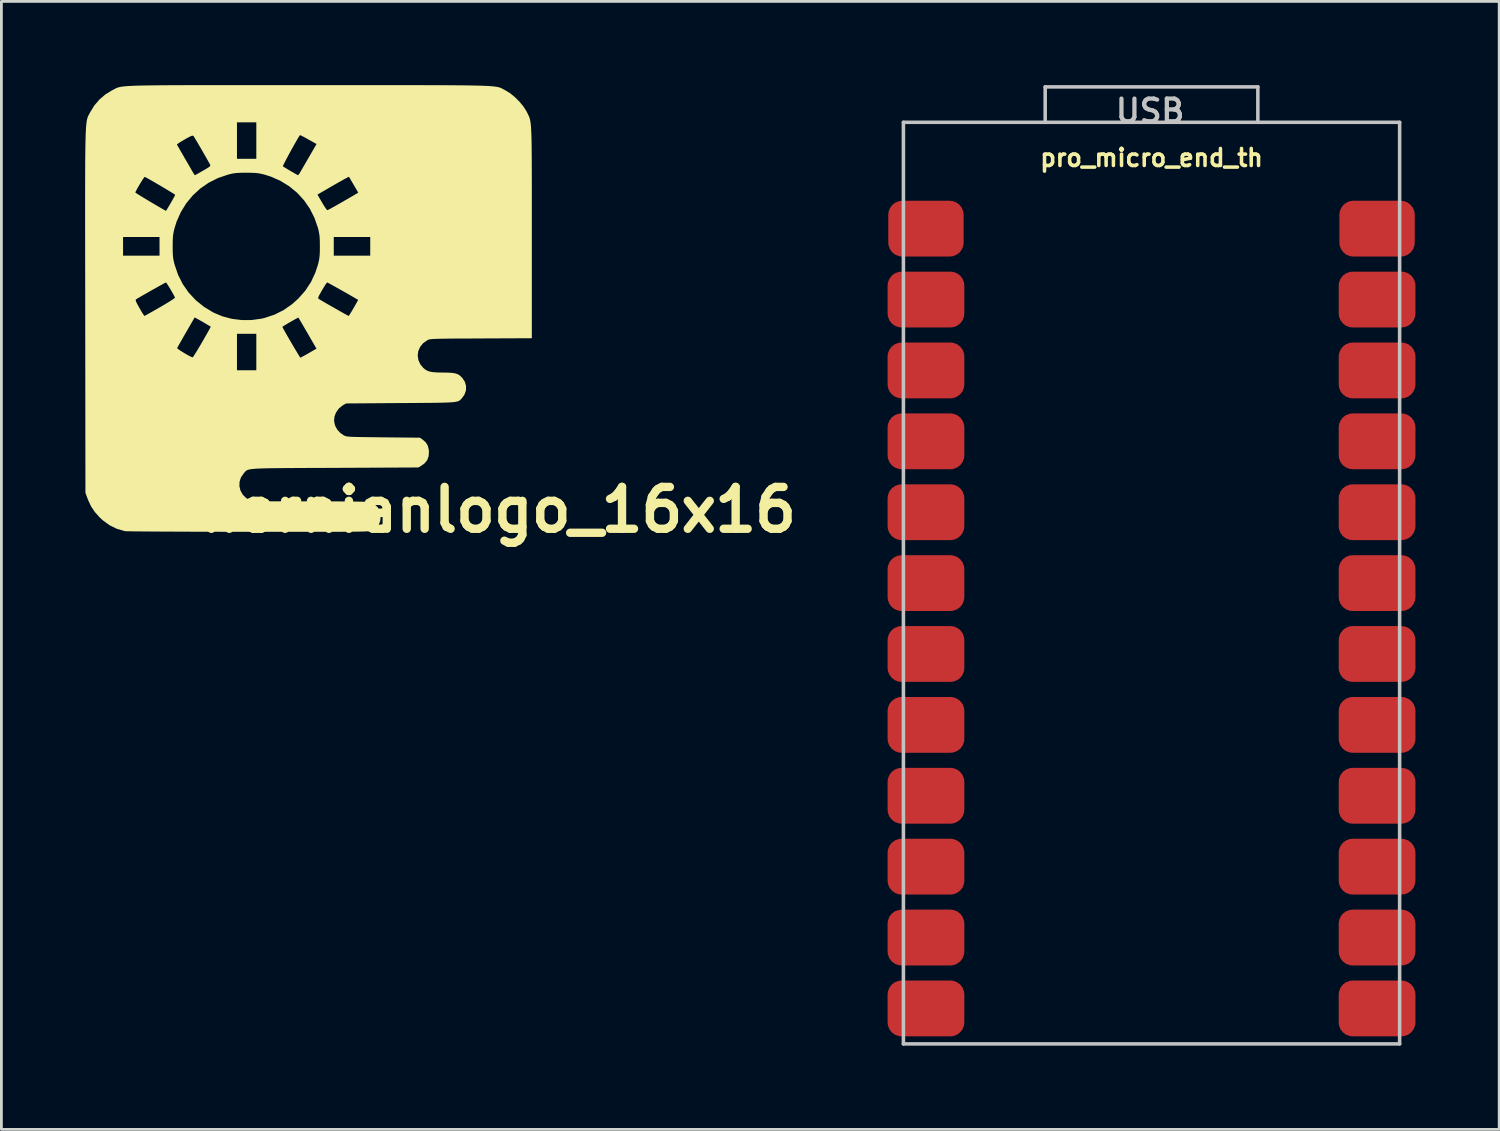
<source format=kicad_pcb>
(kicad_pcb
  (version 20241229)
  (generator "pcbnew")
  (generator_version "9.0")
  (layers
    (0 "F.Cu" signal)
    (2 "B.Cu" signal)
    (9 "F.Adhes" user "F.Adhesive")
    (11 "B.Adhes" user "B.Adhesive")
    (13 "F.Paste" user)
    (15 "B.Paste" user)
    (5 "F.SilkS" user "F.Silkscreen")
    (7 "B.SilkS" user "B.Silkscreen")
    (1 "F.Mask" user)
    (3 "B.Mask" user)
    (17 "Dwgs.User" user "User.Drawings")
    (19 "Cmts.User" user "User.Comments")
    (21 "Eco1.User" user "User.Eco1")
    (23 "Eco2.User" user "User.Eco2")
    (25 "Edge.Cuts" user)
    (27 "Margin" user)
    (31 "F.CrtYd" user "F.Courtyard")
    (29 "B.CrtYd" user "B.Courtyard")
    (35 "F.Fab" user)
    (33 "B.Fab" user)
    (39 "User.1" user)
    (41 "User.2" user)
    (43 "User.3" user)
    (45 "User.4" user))
  (footprint "hernianlogo_16x16"
    (layer "F.Cu")
    (at 8.002 8.004)
    (property "Reference" "hernianlogo_16x16" (at 6.807 7.214 0) (layer "F.SilkS") (effects (font (size 1.5 1.5) (thickness 0.3))))
    (attr board_only exclude_from_pos_files exclude_from_bom)
    (fp_poly (pts (xy -2.38 -8.004) (xy -1.811 -8.004) (xy -1.195 -8.004) (xy -0.53 -8.004) (xy -0.001 -8.004) (xy 0.704 -8.004) (xy 1.358 -8.004) (xy 1.963 -8.004) (xy 2.521 -8.004) (xy 3.033 -8.004) (xy 3.502 -8.004) (xy 3.93 -8.003) (xy 4.318 -8.002) (xy 4.67 -8.001) (xy 4.986 -8) (xy 5.269 -7.998) (xy 5.522 -7.996) (xy 5.745 -7.993) (xy 5.941 -7.989) (xy 6.112 -7.985) (xy 6.261 -7.981) (xy 6.388 -7.975) (xy 6.496 -7.969) (xy 6.588 -7.962) (xy 6.665 -7.954) (xy 6.729 -7.945) (xy 6.782 -7.936) (xy 6.826 -7.925) (xy 6.864 -7.913) (xy 6.897 -7.9) (xy 6.927 -7.885) (xy 6.957 -7.87) (xy 6.988 -7.853) (xy 7.022 -7.835) (xy 7.044 -7.824) (xy 7.214 -7.721) (xy 7.389 -7.581) (xy 7.555 -7.417) (xy 7.7 -7.243) (xy 7.81 -7.071) (xy 7.824 -7.044) (xy 7.848 -6.995) (xy 7.87 -6.951) (xy 7.89 -6.91) (xy 7.908 -6.868) (xy 7.924 -6.823) (xy 7.938 -6.772) (xy 7.95 -6.713) (xy 7.961 -6.642) (xy 7.97 -6.556) (xy 7.977 -6.455) (xy 7.984 -6.333) (xy 7.989 -6.189) (xy 7.994 -6.02) (xy 7.997 -5.824) (xy 7.999 -5.597) (xy 8.001 -5.337) (xy 8.002 -5.04) (xy 8.003 -4.705) (xy 8.004 -4.329) (xy 8.004 -3.909) (xy 8.004 -3.441) (xy 8.004 -2.924) (xy 8.004 -2.716) (xy 8.004 1.065) (xy 6.183 1.073) (xy 5.827 1.075) (xy 5.521 1.076) (xy 5.26 1.077) (xy 5.041 1.079) (xy 4.859 1.081) (xy 4.71 1.084) (xy 4.592 1.087) (xy 4.499 1.09) (xy 4.428 1.095) (xy 4.374 1.101) (xy 4.335 1.107) (xy 4.305 1.115) (xy 4.282 1.125) (xy 4.26 1.136) (xy 4.256 1.138) (xy 4.107 1.245) (xy 4 1.378) (xy 3.935 1.528) (xy 3.915 1.688) (xy 3.94 1.849) (xy 4.011 2.003) (xy 4.113 2.127) (xy 4.186 2.187) (xy 4.264 2.232) (xy 4.359 2.263) (xy 4.479 2.282) (xy 4.634 2.292) (xy 4.826 2.295) (xy 5.014 2.298) (xy 5.159 2.308) (xy 5.271 2.327) (xy 5.358 2.359) (xy 5.43 2.406) (xy 5.498 2.471) (xy 5.515 2.49) (xy 5.606 2.63) (xy 5.648 2.783) (xy 5.643 2.939) (xy 5.588 3.089) (xy 5.517 3.19) (xy 5.489 3.224) (xy 5.463 3.254) (xy 5.437 3.28) (xy 5.408 3.301) (xy 5.37 3.319) (xy 5.321 3.334) (xy 5.257 3.347) (xy 5.174 3.357) (xy 5.068 3.364) (xy 4.935 3.37) (xy 4.773 3.375) (xy 4.576 3.378) (xy 4.341 3.381) (xy 4.065 3.383) (xy 3.744 3.386) (xy 3.374 3.388) (xy 3.308 3.388) (xy 1.347 3.402) (xy 1.225 3.473) (xy 1.088 3.584) (xy 0.986 3.731) (xy 0.934 3.866) (xy 0.918 4.028) (xy 0.95 4.186) (xy 1.027 4.334) (xy 1.145 4.461) (xy 1.267 4.545) (xy 1.293 4.558) (xy 1.321 4.569) (xy 1.355 4.578) (xy 1.4 4.586) (xy 1.461 4.592) (xy 1.543 4.597) (xy 1.651 4.601) (xy 1.789 4.604) (xy 1.963 4.607) (xy 2.176 4.61) (xy 2.434 4.613) (xy 2.683 4.616) (xy 3.993 4.629) (xy 4.087 4.693) (xy 4.203 4.795) (xy 4.276 4.915) (xy 4.312 5.064) (xy 4.317 5.12) (xy 4.307 5.292) (xy 4.256 5.433) (xy 4.16 5.55) (xy 4.069 5.616) (xy 3.94 5.696) (xy 0.936 5.71) (xy 0.464 5.712) (xy 0.043 5.713) (xy -0.33 5.715) (xy -0.66 5.717) (xy -0.947 5.719) (xy -1.197 5.721) (xy -1.411 5.724) (xy -1.592 5.728) (xy -1.744 5.733) (xy -1.869 5.739) (xy -1.971 5.747) (xy -2.053 5.756) (xy -2.116 5.767) (xy -2.166 5.78) (xy -2.203 5.796) (xy -2.232 5.813) (xy -2.255 5.834) (xy -2.276 5.857) (xy -2.297 5.882) (xy -2.321 5.912) (xy -2.328 5.919) (xy -2.422 6.06) (xy -2.47 6.214) (xy -2.473 6.373) (xy -2.434 6.527) (xy -2.355 6.668) (xy -2.236 6.787) (xy -2.126 6.855) (xy -2.104 6.865) (xy -2.08 6.874) (xy -2.052 6.881) (xy -2.014 6.888) (xy -1.964 6.893) (xy -1.898 6.898) (xy -1.812 6.901) (xy -1.703 6.904) (xy -1.566 6.906) (xy -1.398 6.908) (xy -1.196 6.909) (xy -0.955 6.91) (xy -0.672 6.91) (xy -0.343 6.91) (xy 0.035 6.91) (xy 0.058 6.91) (xy 0.483 6.911) (xy 0.856 6.911) (xy 1.18 6.913) (xy 1.456 6.915) (xy 1.686 6.918) (xy 1.873 6.921) (xy 2.018 6.925) (xy 2.123 6.93) (xy 2.189 6.936) (xy 2.217 6.941) (xy 2.371 7.018) (xy 2.487 7.13) (xy 2.56 7.272) (xy 2.588 7.44) (xy 2.588 7.454) (xy 2.569 7.627) (xy 2.509 7.767) (xy 2.405 7.879) (xy 2.289 7.953) (xy 2.275 7.96) (xy 2.258 7.966) (xy 2.236 7.971) (xy 2.206 7.976) (xy 2.166 7.981) (xy 2.113 7.984) (xy 2.045 7.988) (xy 1.96 7.991) (xy 1.854 7.993) (xy 1.726 7.996) (xy 1.572 7.997) (xy 1.392 7.999) (xy 1.181 8) (xy 0.937 8.001) (xy 0.659 8.002) (xy 0.343 8.002) (xy -0.012 8.002) (xy -0.41 8.002) (xy -0.853 8.002) (xy -1.343 8.002) (xy -1.883 8.001) (xy -2.14 8.001) (xy -2.618 8.001) (xy -3.083 8) (xy -3.531 7.999) (xy -3.96 7.998) (xy -4.367 7.997) (xy -4.749 7.995) (xy -5.103 7.994) (xy -5.426 7.992) (xy -5.715 7.99) (xy -5.967 7.988) (xy -6.18 7.986) (xy -6.351 7.984) (xy -6.476 7.981) (xy -6.553 7.979) (xy -6.577 7.977) (xy -6.863 7.895) (xy -7.127 7.765) (xy -7.371 7.587) (xy -7.483 7.483) (xy -7.654 7.292) (xy -7.785 7.096) (xy -7.891 6.872) (xy -7.919 6.799) (xy -7.991 6.603) (xy -7.997 1.42) (xy -4.704 1.42) (xy -4.685 1.442) (xy -4.629 1.483) (xy -4.548 1.536) (xy -4.454 1.594) (xy -4.356 1.651) (xy -4.266 1.701) (xy -4.194 1.736) (xy -4.153 1.751) (xy -4.149 1.751) (xy -4.128 1.727) (xy -4.086 1.663) (xy -4.025 1.565) (xy -3.949 1.441) (xy -3.864 1.297) (xy -3.808 1.202) (xy -3.72 1.048) (xy -3.642 0.912) (xy -3.639 0.907) (xy -2.561 0.907) (xy -2.561 1.561) (xy -2.561 2.214) (xy -2.214 2.214) (xy -1.868 2.214) (xy -1.868 1.561) (xy -1.868 0.907) (xy -2.214 0.907) (xy -2.561 0.907) (xy -3.639 0.907) (xy -3.578 0.797) (xy -3.531 0.712) (xy -3.505 0.662) (xy -3.504 0.659) (xy -0.934 0.659) (xy -0.921 0.687) (xy -0.886 0.753) (xy -0.832 0.849) (xy -0.765 0.966) (xy -0.689 1.098) (xy -0.609 1.236) (xy -0.529 1.372) (xy -0.453 1.499) (xy -0.387 1.609) (xy -0.335 1.694) (xy -0.301 1.747) (xy -0.289 1.761) (xy -0.261 1.748) (xy -0.196 1.714) (xy -0.104 1.664) (xy 0.006 1.602) (xy 0.008 1.6) (xy 0.288 1.439) (xy -0.032 0.886) (xy -0.121 0.732) (xy -0.202 0.593) (xy -0.27 0.477) (xy -0.321 0.39) (xy -0.351 0.338) (xy -0.359 0.326) (xy -0.383 0.335) (xy -0.443 0.366) (xy -0.526 0.412) (xy -0.623 0.467) (xy -0.723 0.524) (xy -0.813 0.579) (xy -0.885 0.623) (xy -0.927 0.652) (xy -0.934 0.659) (xy -3.504 0.659) (xy -3.501 0.652) (xy -3.528 0.635) (xy -3.59 0.597) (xy -3.674 0.548) (xy -3.768 0.492) (xy -3.861 0.439) (xy -3.94 0.394) (xy -3.994 0.364) (xy -3.997 0.363) (xy -4.078 0.321) (xy -4.388 0.859) (xy -4.477 1.012) (xy -4.556 1.151) (xy -4.622 1.268) (xy -4.671 1.356) (xy -4.699 1.409) (xy -4.704 1.42) (xy -7.997 1.42) (xy -7.998 0.08) (xy -7.999 -0.302) (xy -6.193 -0.302) (xy -6.18 -0.256) (xy -6.144 -0.178) (xy -6.081 -0.064) (xy -6.055 -0.018) (xy -5.992 0.091) (xy -5.937 0.181) (xy -5.897 0.242) (xy -5.878 0.267) (xy -5.877 0.267) (xy -5.851 0.254) (xy -5.785 0.218) (xy -5.686 0.163) (xy -5.561 0.092) (xy -5.416 0.009) (xy -5.319 -0.047) (xy -5.166 -0.136) (xy -5.03 -0.218) (xy -4.918 -0.288) (xy -4.835 -0.343) (xy -4.789 -0.378) (xy -4.782 -0.388) (xy -4.8 -0.431) (xy -4.839 -0.504) (xy -4.89 -0.595) (xy -4.947 -0.693) (xy -5.004 -0.787) (xy -5.054 -0.866) (xy -5.091 -0.918) (xy -5.107 -0.934) (xy -5.134 -0.921) (xy -5.199 -0.886) (xy -5.294 -0.834) (xy -5.412 -0.768) (xy -5.545 -0.694) (xy -5.683 -0.616) (xy -5.82 -0.537) (xy -5.948 -0.464) (xy -6.058 -0.4) (xy -6.143 -0.35) (xy -6.184 -0.324) (xy -6.193 -0.302) (xy -7.999 -0.302) (xy -7.999 -0.629) (xy -8 -1.286) (xy -8.001 -1.895) (xy -8.001 -2.455) (xy -8.002 -2.561) (xy -6.643 -2.561) (xy -6.643 -2.228) (xy -6.643 -1.894) (xy -5.99 -1.894) (xy -5.336 -1.894) (xy -5.336 -2.228) (xy -4.865 -2.228) (xy -4.864 -2.059) (xy -4.859 -1.929) (xy -4.849 -1.821) (xy -4.833 -1.722) (xy -4.808 -1.616) (xy -4.795 -1.569) (xy -4.672 -1.209) (xy -4.504 -0.875) (xy -4.292 -0.571) (xy -4.039 -0.299) (xy -3.746 -0.062) (xy -3.417 0.139) (xy -3.388 0.153) (xy -3.076 0.283) (xy -2.74 0.371) (xy -2.39 0.414) (xy -2.037 0.413) (xy -1.689 0.365) (xy -1.573 0.338) (xy -1.219 0.221) (xy -0.892 0.058) (xy -0.589 -0.153) (xy -0.359 -0.359) (xy -0.348 -0.372) (xy 0.348 -0.372) (xy 0.359 -0.352) (xy 0.382 -0.336) (xy 0.382 -0.335) (xy 0.437 -0.303) (xy 0.523 -0.252) (xy 0.634 -0.187) (xy 0.761 -0.114) (xy 0.897 -0.037) (xy 1.033 0.041) (xy 1.162 0.114) (xy 1.275 0.177) (xy 1.364 0.227) (xy 1.422 0.258) (xy 1.44 0.267) (xy 1.458 0.245) (xy 1.497 0.185) (xy 1.551 0.097) (xy 1.614 -0.011) (xy 1.619 -0.02) (xy 1.682 -0.129) (xy 1.733 -0.219) (xy 1.767 -0.282) (xy 1.78 -0.309) (xy 1.779 -0.309) (xy 1.739 -0.334) (xy 1.662 -0.379) (xy 1.558 -0.439) (xy 1.435 -0.51) (xy 1.299 -0.587) (xy 1.159 -0.666) (xy 1.023 -0.742) (xy 0.899 -0.811) (xy 0.795 -0.869) (xy 0.718 -0.911) (xy 0.676 -0.932) (xy 0.671 -0.934) (xy 0.65 -0.912) (xy 0.608 -0.853) (xy 0.552 -0.764) (xy 0.488 -0.657) (xy 0.486 -0.653) (xy 0.419 -0.535) (xy 0.375 -0.455) (xy 0.352 -0.403) (xy 0.348 -0.372) (xy -0.348 -0.372) (xy -0.11 -0.643) (xy 0.091 -0.95) (xy 0.247 -1.285) (xy 0.341 -1.573) (xy 0.369 -1.685) (xy 0.388 -1.785) (xy 0.4 -1.888) (xy 0.407 -2.008) (xy 0.409 -2.162) (xy 0.409 -2.228) (xy 0.408 -2.397) (xy 0.403 -2.527) (xy 0.4 -2.561) (xy 0.907 -2.561) (xy 0.907 -2.228) (xy 0.907 -1.894) (xy 1.561 -1.894) (xy 2.214 -1.894) (xy 2.214 -2.228) (xy 2.214 -2.561) (xy 1.561 -2.561) (xy 0.907 -2.561) (xy 0.4 -2.561) (xy 0.393 -2.634) (xy 0.377 -2.734) (xy 0.352 -2.84) (xy 0.34 -2.887) (xy 0.217 -3.245) (xy 0.05 -3.576) (xy -0.159 -3.878) (xy -0.346 -4.082) (xy 0.323 -4.082) (xy 0.485 -3.802) (xy 0.55 -3.694) (xy 0.607 -3.605) (xy 0.651 -3.545) (xy 0.674 -3.522) (xy 0.675 -3.522) (xy 0.705 -3.535) (xy 0.774 -3.57) (xy 0.875 -3.625) (xy 0.999 -3.695) (xy 1.14 -3.775) (xy 1.172 -3.793) (xy 1.319 -3.879) (xy 1.455 -3.957) (xy 1.57 -4.025) (xy 1.658 -4.076) (xy 1.708 -4.106) (xy 1.712 -4.108) (xy 1.784 -4.151) (xy 1.622 -4.43) (xy 1.558 -4.539) (xy 1.505 -4.629) (xy 1.468 -4.692) (xy 1.451 -4.719) (xy 1.451 -4.719) (xy 1.426 -4.709) (xy 1.357 -4.674) (xy 1.247 -4.613) (xy 1.099 -4.53) (xy 0.915 -4.425) (xy 0.698 -4.3) (xy 0.475 -4.17) (xy 0.323 -4.082) (xy -0.346 -4.082) (xy -0.406 -4.147) (xy -0.689 -4.38) (xy -1.003 -4.574) (xy -1.345 -4.725) (xy -1.573 -4.797) (xy -1.685 -4.825) (xy -1.785 -4.844) (xy -1.888 -4.856) (xy -2.008 -4.862) (xy -2.162 -4.865) (xy -2.228 -4.865) (xy -2.397 -4.864) (xy -2.527 -4.859) (xy -2.634 -4.849) (xy -2.734 -4.833) (xy -2.84 -4.808) (xy -2.887 -4.795) (xy -3.245 -4.673) (xy -3.576 -4.506) (xy -3.878 -4.297) (xy -4.147 -4.049) (xy -4.38 -3.767) (xy -4.574 -3.453) (xy -4.725 -3.111) (xy -4.797 -2.883) (xy -4.825 -2.771) (xy -4.844 -2.671) (xy -4.856 -2.568) (xy -4.862 -2.447) (xy -4.865 -2.293) (xy -4.865 -2.228) (xy -5.336 -2.228) (xy -5.336 -2.561) (xy -5.99 -2.561) (xy -6.643 -2.561) (xy -8.002 -2.561) (xy -8.002 -2.971) (xy -8.002 -3.443) (xy -8.002 -3.875) (xy -8.002 -4.156) (xy -6.203 -4.156) (xy -6.181 -4.139) (xy -6.121 -4.1) (xy -6.028 -4.042) (xy -5.912 -3.971) (xy -5.778 -3.89) (xy -5.635 -3.805) (xy -5.489 -3.719) (xy -5.347 -3.636) (xy -5.218 -3.561) (xy -5.108 -3.499) (xy -5.105 -3.498) (xy -5.091 -3.518) (xy -5.055 -3.576) (xy -5.003 -3.663) (xy -4.941 -3.769) (xy -4.938 -3.773) (xy -4.875 -3.883) (xy -4.824 -3.976) (xy -4.789 -4.042) (xy -4.776 -4.073) (xy -4.776 -4.073) (xy -4.798 -4.091) (xy -4.859 -4.13) (xy -4.95 -4.186) (xy -5.064 -4.255) (xy -5.194 -4.333) (xy -5.33 -4.414) (xy -5.467 -4.493) (xy -5.595 -4.568) (xy -5.708 -4.632) (xy -5.796 -4.681) (xy -5.853 -4.711) (xy -5.867 -4.717) (xy -5.887 -4.698) (xy -5.925 -4.643) (xy -5.977 -4.563) (xy -6.035 -4.468) (xy -6.093 -4.37) (xy -6.144 -4.279) (xy -6.183 -4.206) (xy -6.202 -4.162) (xy -6.203 -4.156) (xy -8.002 -4.156) (xy -8.002 -4.266) (xy -8.001 -4.621) (xy -8 -4.941) (xy -7.999 -5.227) (xy -7.997 -5.482) (xy -7.994 -5.709) (xy -7.991 -5.875) (xy -4.713 -5.875) (xy -4.713 -5.874) (xy -4.697 -5.846) (xy -4.658 -5.778) (xy -4.6 -5.676) (xy -4.526 -5.549) (xy -4.441 -5.401) (xy -4.347 -5.239) (xy -4.25 -5.071) (xy -4.184 -4.956) (xy -4.134 -4.871) (xy -4.094 -4.808) (xy -4.072 -4.777) (xy -4.07 -4.776) (xy -4.045 -4.788) (xy -3.982 -4.822) (xy -3.892 -4.873) (xy -3.784 -4.935) (xy -3.778 -4.938) (xy -3.66 -5.007) (xy -3.582 -5.055) (xy -3.536 -5.09) (xy -3.532 -5.095) (xy -0.916 -5.095) (xy -0.886 -5.074) (xy -0.821 -5.034) (xy -0.735 -4.982) (xy -0.638 -4.925) (xy -0.541 -4.869) (xy -0.457 -4.821) (xy -0.397 -4.788) (xy -0.373 -4.777) (xy -0.351 -4.797) (xy -0.317 -4.846) (xy -0.315 -4.849) (xy -0.289 -4.894) (xy -0.241 -4.977) (xy -0.175 -5.09) (xy -0.098 -5.224) (xy -0.012 -5.372) (xy 0.009 -5.408) (xy 0.29 -5.894) (xy -0.003 -6.058) (xy -0.114 -6.12) (xy -0.208 -6.169) (xy -0.274 -6.202) (xy -0.304 -6.213) (xy -0.304 -6.213) (xy -0.333 -6.171) (xy -0.381 -6.093) (xy -0.442 -5.988) (xy -0.513 -5.863) (xy -0.589 -5.727) (xy -0.666 -5.587) (xy -0.74 -5.45) (xy -0.806 -5.325) (xy -0.86 -5.22) (xy -0.898 -5.143) (xy -0.916 -5.101) (xy -0.916 -5.095) (xy -3.532 -5.095) (xy -3.517 -5.116) (xy -3.518 -5.14) (xy -3.526 -5.158) (xy -3.562 -5.224) (xy -3.616 -5.321) (xy -3.683 -5.439) (xy -3.759 -5.571) (xy -3.838 -5.709) (xy -3.916 -5.843) (xy -3.988 -5.966) (xy -4.05 -6.069) (xy -4.095 -6.143) (xy -4.12 -6.182) (xy -4.122 -6.184) (xy -4.144 -6.194) (xy -4.184 -6.187) (xy -4.248 -6.159) (xy -4.345 -6.108) (xy -4.438 -6.055) (xy -4.546 -5.992) (xy -4.633 -5.937) (xy -4.692 -5.896) (xy -4.713 -5.875) (xy -7.991 -5.875) (xy -7.991 -5.908) (xy -7.986 -6.082) (xy -7.982 -6.233) (xy -7.976 -6.363) (xy -7.97 -6.474) (xy -7.962 -6.568) (xy -7.954 -6.647) (xy -7.951 -6.67) (xy -2.561 -6.67) (xy -2.561 -6.016) (xy -2.561 -5.363) (xy -2.214 -5.363) (xy -1.868 -5.363) (xy -1.868 -6.016) (xy -1.868 -6.67) (xy -2.214 -6.67) (xy -2.561 -6.67) (xy -7.951 -6.67) (xy -7.945 -6.713) (xy -7.934 -6.768) (xy -7.923 -6.815) (xy -7.91 -6.854) (xy -7.896 -6.889) (xy -7.881 -6.92) (xy -7.864 -6.951) (xy -7.847 -6.984) (xy -7.827 -7.019) (xy -7.81 -7.051) (xy -7.67 -7.278) (xy -7.49 -7.487) (xy -7.28 -7.668) (xy -7.053 -7.808) (xy -7.043 -7.813) (xy -7.004 -7.833) (xy -6.969 -7.852) (xy -6.937 -7.869) (xy -6.907 -7.885) (xy -6.875 -7.9) (xy -6.841 -7.913) (xy -6.801 -7.926) (xy -6.754 -7.937) (xy -6.699 -7.947) (xy -6.632 -7.956) (xy -6.551 -7.964) (xy -6.456 -7.971) (xy -6.343 -7.977) (xy -6.211 -7.983) (xy -6.057 -7.987) (xy -5.881 -7.991) (xy -5.678 -7.994) (xy -5.449 -7.997) (xy -5.19 -7.999) (xy -4.899 -8.001) (xy -4.575 -8.002) (xy -4.215 -8.003) (xy -3.818 -8.004) (xy -3.381 -8.004) (xy -2.902 -8.004)) (stroke (width 0) (type solid)) (fill yes) (layer "F.SilkS")))
  (footprint "pro_micro_end_th"
    (layer "F.Cu")
    (at 38.21 17.843)
    (property "Reference" "pro_micro_end_th" (at 0 -15.24 0) (layer "F.SilkS") (effects (font (size 0.61 0.61) (thickness 0.127))))
    (attr exclude_from_pos_files exclude_from_bom)
    (fp_line (start -8.89 -16.51) (end -8.89 16.51) (stroke (width 0.127) (type solid)) (layer "Dwgs.User"))
    (fp_line (start -8.89 16.51) (end 8.89 16.51) (stroke (width 0.127) (type solid)) (layer "Dwgs.User"))
    (fp_line (start -3.81 -17.78) (end 3.81 -17.78) (stroke (width 0.127) (type solid)) (layer "Dwgs.User"))
    (fp_line (start -3.81 -16.51) (end -3.81 -17.78) (stroke (width 0.127) (type solid)) (layer "Dwgs.User"))
    (fp_line (start 3.81 -17.78) (end 3.81 -16.51) (stroke (width 0.127) (type solid)) (layer "Dwgs.User"))
    (fp_line (start 8.89 -16.51) (end -8.89 -16.51) (stroke (width 0.127) (type solid)) (layer "Dwgs.User"))
    (fp_line (start 8.89 16.51) (end 8.89 -16.51) (stroke (width 0.127) (type solid)) (layer "Dwgs.User"))
    (fp_text user "USB" (at -0.051 -16.916 0) (layer "Dwgs.User") (effects (font (size 0.813 0.813) (thickness 0.152))))
    (pad "1" smd roundrect (at -8.082 -12.7) (size 2.7 2) (layers "F.Cu" "F.Mask" "F.Paste") (roundrect_rratio 0.25))
    (pad "2" smd roundrect (at -8.082 -10.16) (size 2.75 2) (layers "F.Cu" "F.Mask" "F.Paste") (roundrect_rratio 0.25))
    (pad "3" smd roundrect (at -8.082 -7.62) (size 2.75 2) (layers "F.Cu" "F.Mask" "F.Paste") (roundrect_rratio 0.25))
    (pad "4" smd roundrect (at -8.082 -5.08) (size 2.75 2) (layers "F.Cu" "F.Mask" "F.Paste") (roundrect_rratio 0.25))
    (pad "5" smd roundrect (at -8.082 -2.54) (size 2.75 2) (layers "F.Cu" "F.Mask" "F.Paste") (roundrect_rratio 0.25))
    (pad "6" smd roundrect (at -8.082 0) (size 2.75 2) (layers "F.Cu" "F.Mask" "F.Paste") (roundrect_rratio 0.25))
    (pad "7" smd roundrect (at -8.082 2.54) (size 2.75 2) (layers "F.Cu" "F.Mask" "F.Paste") (roundrect_rratio 0.25))
    (pad "8" smd roundrect (at -8.082 5.08) (size 2.75 2) (layers "F.Cu" "F.Mask" "F.Paste") (roundrect_rratio 0.25))
    (pad "9" smd roundrect (at -8.082 7.62) (size 2.75 2) (layers "F.Cu" "F.Mask" "F.Paste") (roundrect_rratio 0.25))
    (pad "10" smd roundrect (at -8.082 10.16) (size 2.75 2) (layers "F.Cu" "F.Mask" "F.Paste") (roundrect_rratio 0.25))
    (pad "11" smd roundrect (at -8.082 12.7) (size 2.75 2) (layers "F.Cu" "F.Mask" "F.Paste") (roundrect_rratio 0.25))
    (pad "12" smd roundrect (at -8.082 15.24) (size 2.75 2) (layers "F.Cu" "F.Mask" "F.Paste") (roundrect_rratio 0.25))
    (pad "13" smd roundrect (at 8.082 15.24) (size 2.75 2) (layers "F.Cu" "F.Mask" "F.Paste") (roundrect_rratio 0.25))
    (pad "14" smd roundrect (at 8.082 12.7) (size 2.75 2) (layers "F.Cu" "F.Mask" "F.Paste") (roundrect_rratio 0.25))
    (pad "15" smd roundrect (at 8.082 10.16) (size 2.75 2) (layers "F.Cu" "F.Mask" "F.Paste") (roundrect_rratio 0.25))
    (pad "16" smd roundrect (at 8.082 7.62) (size 2.75 2) (layers "F.Cu" "F.Mask" "F.Paste") (roundrect_rratio 0.25))
    (pad "17" smd roundrect (at 8.082 5.08) (size 2.75 2) (layers "F.Cu" "F.Mask" "F.Paste") (roundrect_rratio 0.25))
    (pad "18" smd roundrect (at 8.082 2.54) (size 2.75 2) (layers "F.Cu" "F.Mask" "F.Paste") (roundrect_rratio 0.25))
    (pad "19" smd roundrect (at 8.082 0) (size 2.75 2) (layers "F.Cu" "F.Mask" "F.Paste") (roundrect_rratio 0.25))
    (pad "20" smd roundrect (at 8.082 -2.54) (size 2.75 2) (layers "F.Cu" "F.Mask" "F.Paste") (roundrect_rratio 0.25))
    (pad "21" smd roundrect (at 8.082 -5.08) (size 2.75 2) (layers "F.Cu" "F.Mask" "F.Paste") (roundrect_rratio 0.25))
    (pad "22" smd roundrect (at 8.082 -7.62) (size 2.75 2) (layers "F.Cu" "F.Mask" "F.Paste") (roundrect_rratio 0.25))
    (pad "23" smd roundrect (at 8.082 -10.16) (size 2.75 2) (layers "F.Cu" "F.Mask" "F.Paste") (roundrect_rratio 0.25))
    (pad "24" smd roundrect (at 8.082 -12.7) (size 2.7 2) (layers "F.Cu" "F.Mask" "F.Paste") (roundrect_rratio 0.25)))
  (gr_rect
    (start -3 -3)
    (end 50.667 37.417)
    (stroke (width 0.1) (type default))
    (fill no)
    (layer "Edge.Cuts")))
</source>
